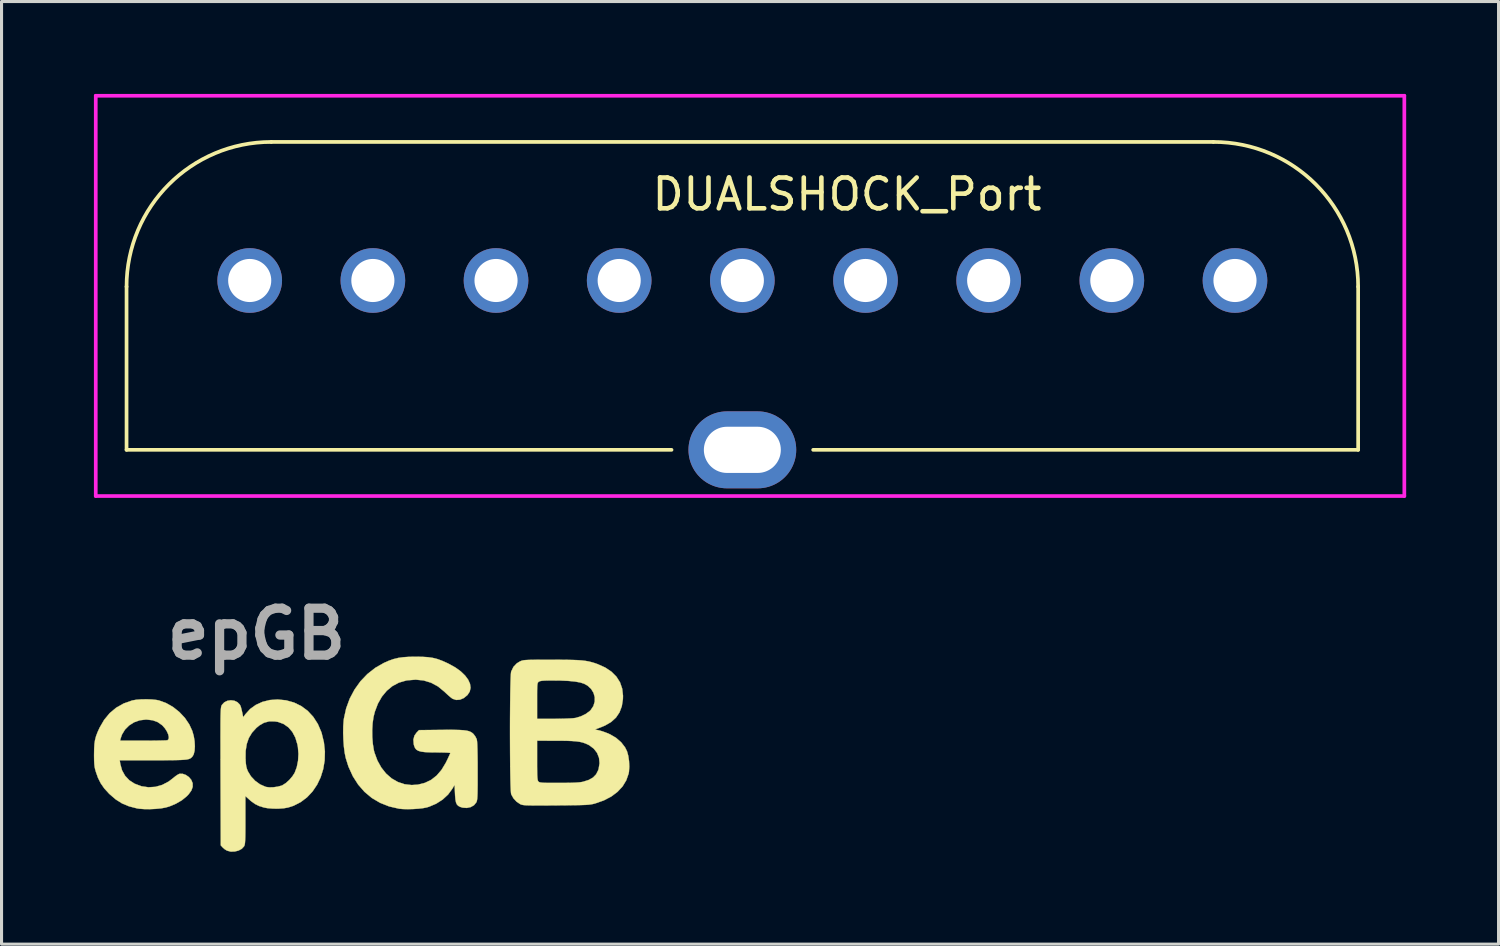
<source format=kicad_pcb>
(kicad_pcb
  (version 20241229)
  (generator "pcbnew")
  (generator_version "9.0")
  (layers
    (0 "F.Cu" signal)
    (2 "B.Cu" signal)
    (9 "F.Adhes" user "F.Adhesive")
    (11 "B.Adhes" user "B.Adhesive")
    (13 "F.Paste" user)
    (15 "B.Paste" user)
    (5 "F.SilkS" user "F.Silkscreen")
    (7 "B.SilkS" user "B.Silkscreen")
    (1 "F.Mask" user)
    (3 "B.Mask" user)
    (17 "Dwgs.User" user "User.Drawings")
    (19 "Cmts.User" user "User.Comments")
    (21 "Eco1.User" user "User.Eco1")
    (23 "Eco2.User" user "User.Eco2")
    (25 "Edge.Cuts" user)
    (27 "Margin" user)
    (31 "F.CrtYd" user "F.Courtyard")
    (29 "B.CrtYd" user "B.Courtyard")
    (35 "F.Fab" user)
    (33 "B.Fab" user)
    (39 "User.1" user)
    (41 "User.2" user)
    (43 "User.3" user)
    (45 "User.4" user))
  (footprint "epGB"
    (layer "F.Cu")
    (at 8.679 21.438)
    (property "Reference" "epGB" (at -3.4 -3.9 0) (layer "F.Fab") (effects (font (size 1.524 1.524) (thickness 0.3))))
    (attr through_hole)
    (fp_poly (pts (xy -6.798 -1.771) (xy -6.647 -1.755) (xy -6.566 -1.739) (xy -6.331 -1.653) (xy -6.107 -1.525) (xy -5.902 -1.361) (xy -5.723 -1.17) (xy -5.58 -0.958) (xy -5.484 -0.749) (xy -5.437 -0.584) (xy -5.409 -0.414) (xy -5.4 -0.252) (xy -5.409 -0.107) (xy -5.438 0.011) (xy -5.48 0.084) (xy -5.507 0.112) (xy -5.535 0.135) (xy -5.57 0.154) (xy -5.617 0.169) (xy -5.68 0.181) (xy -5.764 0.189) (xy -5.873 0.195) (xy -6.013 0.199) (xy -6.188 0.202) (xy -6.402 0.203) (xy -6.661 0.203) (xy -6.764 0.203) (xy -7.841 0.203) (xy -7.821 0.329) (xy -7.765 0.53) (xy -7.667 0.707) (xy -7.53 0.853) (xy -7.359 0.964) (xy -7.135 1.048) (xy -6.908 1.081) (xy -6.681 1.067) (xy -6.461 1.004) (xy -6.251 0.894) (xy -6.109 0.785) (xy -6.03 0.721) (xy -5.956 0.671) (xy -5.904 0.645) (xy -5.902 0.645) (xy -5.799 0.643) (xy -5.692 0.681) (xy -5.594 0.749) (xy -5.517 0.84) (xy -5.474 0.944) (xy -5.472 0.95) (xy -5.471 1.067) (xy -5.513 1.185) (xy -5.601 1.307) (xy -5.663 1.372) (xy -5.822 1.502) (xy -6.015 1.614) (xy -6.223 1.702) (xy -6.35 1.739) (xy -6.498 1.766) (xy -6.675 1.783) (xy -6.863 1.792) (xy -7.046 1.79) (xy -7.205 1.778) (xy -7.277 1.767) (xy -7.537 1.7) (xy -7.764 1.606) (xy -7.969 1.477) (xy -8.166 1.308) (xy -8.192 1.283) (xy -8.343 1.117) (xy -8.457 0.953) (xy -8.547 0.773) (xy -8.614 0.584) (xy -8.639 0.498) (xy -8.656 0.416) (xy -8.666 0.325) (xy -8.672 0.213) (xy -8.674 0.066) (xy -8.674 0.025) (xy -8.671 -0.167) (xy -8.662 -0.323) (xy -8.646 -0.432) (xy -7.829 -0.432) (xy -7.079 -0.432) (xy -6.887 -0.432) (xy -6.711 -0.434) (xy -6.556 -0.436) (xy -6.431 -0.439) (xy -6.341 -0.442) (xy -6.293 -0.446) (xy -6.289 -0.447) (xy -6.253 -0.485) (xy -6.246 -0.552) (xy -6.266 -0.638) (xy -6.309 -0.734) (xy -6.371 -0.832) (xy -6.449 -0.92) (xy -6.468 -0.938) (xy -6.61 -1.037) (xy -6.771 -1.095) (xy -6.96 -1.117) (xy -6.989 -1.118) (xy -7.188 -1.095) (xy -7.373 -1.03) (xy -7.535 -0.927) (xy -7.669 -0.793) (xy -7.767 -0.632) (xy -7.812 -0.502) (xy -7.829 -0.432) (xy -8.646 -0.432) (xy -8.642 -0.455) (xy -8.61 -0.578) (xy -8.562 -0.705) (xy -8.496 -0.85) (xy -8.496 -0.851) (xy -8.347 -1.108) (xy -8.167 -1.326) (xy -7.956 -1.503) (xy -7.714 -1.64) (xy -7.442 -1.736) (xy -7.431 -1.739) (xy -7.303 -1.762) (xy -7.143 -1.774) (xy -6.969 -1.777) (xy -6.798 -1.771)) (stroke (width 0.01) (type solid)) (fill yes) (layer "F.SilkS"))
    (fp_poly (pts (xy -2.447 -1.744) (xy -2.439 -1.743) (xy -2.18 -1.671) (xy -1.944 -1.556) (xy -1.734 -1.4) (xy -1.554 -1.205) (xy -1.406 -0.975) (xy -1.293 -0.712) (xy -1.282 -0.678) (xy -1.209 -0.378) (xy -1.177 -0.08) (xy -1.185 0.21) (xy -1.232 0.49) (xy -1.314 0.754) (xy -1.43 0.997) (xy -1.578 1.216) (xy -1.756 1.406) (xy -1.962 1.562) (xy -2.194 1.681) (xy -2.374 1.739) (xy -2.517 1.764) (xy -2.689 1.776) (xy -2.87 1.774) (xy -3.039 1.76) (xy -3.157 1.738) (xy -3.315 1.689) (xy -3.445 1.625) (xy -3.569 1.536) (xy -3.627 1.486) (xy -3.759 1.367) (xy -3.759 2.146) (xy -3.759 2.369) (xy -3.76 2.547) (xy -3.762 2.686) (xy -3.766 2.791) (xy -3.771 2.868) (xy -3.777 2.923) (xy -3.786 2.962) (xy -3.798 2.99) (xy -3.803 3) (xy -3.877 3.08) (xy -3.984 3.137) (xy -4.109 3.168) (xy -4.239 3.17) (xy -4.356 3.139) (xy -4.428 3.096) (xy -4.495 3.038) (xy -4.496 3.036) (xy -4.559 2.968) (xy -4.566 0.728) (xy -4.567 0.34) (xy -4.567 0.163) (xy -3.754 0.163) (xy -3.754 0.166) (xy -3.745 0.302) (xy -3.731 0.405) (xy -3.707 0.491) (xy -3.677 0.565) (xy -3.577 0.728) (xy -3.442 0.872) (xy -3.282 0.987) (xy -3.11 1.063) (xy -3.086 1.07) (xy -2.979 1.084) (xy -2.847 1.08) (xy -2.711 1.061) (xy -2.593 1.03) (xy -2.558 1.016) (xy -2.448 0.946) (xy -2.335 0.845) (xy -2.233 0.726) (xy -2.159 0.611) (xy -2.091 0.43) (xy -2.049 0.221) (xy -2.036 -0.002) (xy -2.054 -0.226) (xy -2.069 -0.308) (xy -2.136 -0.531) (xy -2.235 -0.718) (xy -2.364 -0.867) (xy -2.52 -0.976) (xy -2.701 -1.042) (xy -2.813 -1.059) (xy -2.994 -1.058) (xy -3.156 -1.014) (xy -3.308 -0.926) (xy -3.402 -0.848) (xy -3.544 -0.692) (xy -3.648 -0.519) (xy -3.716 -0.323) (xy -3.751 -0.098) (xy -3.754 0.163) (xy -4.567 0.163) (xy -4.568 -0.001) (xy -4.568 -0.297) (xy -4.569 -0.553) (xy -4.568 -0.771) (xy -4.568 -0.954) (xy -4.567 -1.105) (xy -4.565 -1.229) (xy -4.562 -1.327) (xy -4.559 -1.405) (xy -4.555 -1.463) (xy -4.55 -1.507) (xy -4.545 -1.538) (xy -4.538 -1.562) (xy -4.53 -1.579) (xy -4.521 -1.595) (xy -4.521 -1.595) (xy -4.444 -1.678) (xy -4.343 -1.728) (xy -4.231 -1.745) (xy -4.119 -1.73) (xy -4.019 -1.683) (xy -3.942 -1.606) (xy -3.916 -1.557) (xy -3.896 -1.492) (xy -3.874 -1.401) (xy -3.86 -1.339) (xy -3.831 -1.192) (xy -3.762 -1.288) (xy -3.607 -1.46) (xy -3.419 -1.595) (xy -3.204 -1.693) (xy -2.967 -1.752) (xy -2.713 -1.77) (xy -2.447 -1.744)) (stroke (width 0.01) (type solid)) (fill yes) (layer "F.SilkS"))
    (fp_poly (pts (xy 1.986 -3.156) (xy 2.17 -3.144) (xy 2.329 -3.121) (xy 2.479 -3.083) (xy 2.631 -3.027) (xy 2.799 -2.952) (xy 2.857 -2.923) (xy 3.065 -2.807) (xy 3.238 -2.681) (xy 3.376 -2.548) (xy 3.476 -2.413) (xy 3.536 -2.279) (xy 3.554 -2.149) (xy 3.527 -2.027) (xy 3.455 -1.916) (xy 3.452 -1.913) (xy 3.335 -1.817) (xy 3.211 -1.764) (xy 3.088 -1.755) (xy 2.973 -1.792) (xy 2.959 -1.801) (xy 2.907 -1.84) (xy 2.832 -1.904) (xy 2.747 -1.982) (xy 2.704 -2.023) (xy 2.497 -2.193) (xy 2.273 -2.314) (xy 2.031 -2.388) (xy 1.773 -2.414) (xy 1.498 -2.392) (xy 1.459 -2.385) (xy 1.228 -2.318) (xy 1.018 -2.207) (xy 0.833 -2.054) (xy 0.674 -1.862) (xy 0.544 -1.634) (xy 0.445 -1.373) (xy 0.402 -1.201) (xy 0.373 -1.003) (xy 0.36 -0.781) (xy 0.362 -0.55) (xy 0.38 -0.327) (xy 0.412 -0.129) (xy 0.431 -0.051) (xy 0.528 0.212) (xy 0.656 0.442) (xy 0.811 0.637) (xy 0.99 0.793) (xy 1.191 0.909) (xy 1.408 0.982) (xy 1.64 1.009) (xy 1.845 0.995) (xy 2.073 0.937) (xy 2.276 0.839) (xy 2.455 0.698) (xy 2.613 0.512) (xy 2.752 0.281) (xy 2.767 0.25) (xy 2.818 0.145) (xy 2.859 0.056) (xy 2.887 -0.006) (xy 2.896 -0.032) (xy 2.872 -0.038) (xy 2.805 -0.043) (xy 2.703 -0.047) (xy 2.575 -0.05) (xy 2.438 -0.051) (xy 2.232 -0.053) (xy 2.071 -0.061) (xy 1.948 -0.077) (xy 1.858 -0.103) (xy 1.794 -0.141) (xy 1.751 -0.194) (xy 1.722 -0.264) (xy 1.708 -0.318) (xy 1.697 -0.466) (xy 1.731 -0.596) (xy 1.8 -0.694) (xy 1.88 -0.775) (xy 2.58 -0.783) (xy 2.827 -0.785) (xy 3.03 -0.784) (xy 3.192 -0.78) (xy 3.321 -0.772) (xy 3.421 -0.759) (xy 3.499 -0.741) (xy 3.559 -0.716) (xy 3.608 -0.685) (xy 3.648 -0.65) (xy 3.706 -0.574) (xy 3.75 -0.488) (xy 3.756 -0.469) (xy 3.765 -0.411) (xy 3.772 -0.306) (xy 3.777 -0.153) (xy 3.781 0.043) (xy 3.784 0.282) (xy 3.784 0.559) (xy 3.784 0.803) (xy 3.784 1.001) (xy 3.782 1.159) (xy 3.78 1.282) (xy 3.776 1.376) (xy 3.771 1.446) (xy 3.764 1.496) (xy 3.756 1.533) (xy 3.745 1.562) (xy 3.738 1.575) (xy 3.664 1.665) (xy 3.558 1.725) (xy 3.432 1.752) (xy 3.299 1.743) (xy 3.214 1.717) (xy 3.154 1.684) (xy 3.111 1.64) (xy 3.082 1.576) (xy 3.063 1.481) (xy 3.051 1.349) (xy 3.048 1.283) (xy 3.035 1.003) (xy 2.961 1.13) (xy 2.824 1.317) (xy 2.647 1.48) (xy 2.438 1.614) (xy 2.206 1.713) (xy 2.121 1.738) (xy 2.006 1.76) (xy 1.857 1.777) (xy 1.689 1.788) (xy 1.52 1.792) (xy 1.364 1.789) (xy 1.238 1.778) (xy 1.232 1.777) (xy 0.91 1.703) (xy 0.615 1.586) (xy 0.347 1.428) (xy 0.11 1.23) (xy -0.097 0.993) (xy -0.271 0.72) (xy -0.412 0.41) (xy -0.5 0.13) (xy -0.534 -0.036) (xy -0.56 -0.236) (xy -0.576 -0.457) (xy -0.584 -0.684) (xy -0.581 -0.9) (xy -0.567 -1.092) (xy -0.56 -1.147) (xy -0.487 -1.48) (xy -0.371 -1.797) (xy -0.215 -2.091) (xy -0.023 -2.36) (xy 0.203 -2.597) (xy 0.459 -2.798) (xy 0.739 -2.958) (xy 0.902 -3.03) (xy 1.053 -3.083) (xy 1.204 -3.12) (xy 1.369 -3.143) (xy 1.56 -3.156) (xy 1.765 -3.159) (xy 1.986 -3.156)) (stroke (width 0.01) (type solid)) (fill yes) (layer "F.SilkS"))
    (fp_poly (pts (xy 6.459 -3.06) (xy 6.688 -3.058) (xy 6.879 -3.054) (xy 7.038 -3.048) (xy 7.172 -3.038) (xy 7.286 -3.024) (xy 7.388 -3.006) (xy 7.482 -2.983) (xy 7.577 -2.955) (xy 7.677 -2.92) (xy 7.68 -2.919) (xy 7.927 -2.808) (xy 8.131 -2.672) (xy 8.291 -2.512) (xy 8.408 -2.327) (xy 8.479 -2.12) (xy 8.505 -1.89) (xy 8.502 -1.781) (xy 8.466 -1.55) (xy 8.391 -1.351) (xy 8.276 -1.181) (xy 8.119 -1.039) (xy 7.919 -0.923) (xy 7.782 -0.866) (xy 7.592 -0.796) (xy 7.739 -0.764) (xy 7.833 -0.737) (xy 7.951 -0.695) (xy 8.068 -0.645) (xy 8.093 -0.634) (xy 8.284 -0.52) (xy 8.446 -0.379) (xy 8.571 -0.217) (xy 8.637 -0.083) (xy 8.676 0.06) (xy 8.701 0.231) (xy 8.709 0.408) (xy 8.699 0.57) (xy 8.687 0.638) (xy 8.611 0.855) (xy 8.49 1.054) (xy 8.326 1.23) (xy 8.123 1.382) (xy 7.882 1.508) (xy 7.608 1.604) (xy 7.606 1.605) (xy 7.554 1.619) (xy 7.503 1.63) (xy 7.448 1.639) (xy 7.383 1.647) (xy 7.302 1.653) (xy 7.201 1.657) (xy 7.074 1.661) (xy 6.915 1.663) (xy 6.719 1.666) (xy 6.48 1.668) (xy 6.337 1.669) (xy 6.075 1.671) (xy 5.859 1.672) (xy 5.683 1.672) (xy 5.543 1.671) (xy 5.434 1.669) (xy 5.351 1.666) (xy 5.29 1.661) (xy 5.244 1.654) (xy 5.209 1.646) (xy 5.18 1.635) (xy 5.169 1.63) (xy 5.05 1.551) (xy 4.947 1.44) (xy 4.877 1.314) (xy 4.873 1.304) (xy 4.866 1.258) (xy 4.86 1.167) (xy 4.854 1.034) (xy 4.849 0.866) (xy 4.845 0.666) (xy 4.841 0.441) (xy 4.839 0.208) (xy 5.715 0.208) (xy 5.715 0.408) (xy 5.717 0.563) (xy 5.719 0.68) (xy 5.724 0.764) (xy 5.73 0.822) (xy 5.739 0.861) (xy 5.75 0.885) (xy 5.757 0.893) (xy 5.774 0.908) (xy 5.798 0.919) (xy 5.837 0.927) (xy 5.896 0.933) (xy 5.982 0.937) (xy 6.101 0.939) (xy 6.259 0.939) (xy 6.424 0.939) (xy 6.65 0.938) (xy 6.832 0.935) (xy 6.976 0.929) (xy 7.087 0.921) (xy 7.172 0.909) (xy 7.209 0.901) (xy 7.39 0.844) (xy 7.529 0.766) (xy 7.63 0.663) (xy 7.698 0.53) (xy 7.713 0.485) (xy 7.743 0.299) (xy 7.726 0.124) (xy 7.663 -0.035) (xy 7.557 -0.172) (xy 7.41 -0.283) (xy 7.373 -0.302) (xy 7.289 -0.34) (xy 7.201 -0.371) (xy 7.103 -0.394) (xy 6.988 -0.41) (xy 6.847 -0.421) (xy 6.675 -0.428) (xy 6.462 -0.431) (xy 6.331 -0.431) (xy 5.715 -0.432) (xy 5.715 0.208) (xy 4.839 0.208) (xy 4.839 0.195) (xy 4.837 -0.068) (xy 4.836 -0.341) (xy 4.835 -0.621) (xy 4.835 -0.902) (xy 4.836 -1.179) (xy 4.838 -1.447) (xy 4.84 -1.702) (xy 4.841 -1.726) (xy 5.715 -1.726) (xy 5.715 -1.143) (xy 6.273 -1.143) (xy 6.451 -1.144) (xy 6.618 -1.148) (xy 6.764 -1.154) (xy 6.879 -1.161) (xy 6.955 -1.17) (xy 6.965 -1.171) (xy 7.132 -1.221) (xy 7.286 -1.295) (xy 7.413 -1.385) (xy 7.455 -1.425) (xy 7.543 -1.557) (xy 7.586 -1.7) (xy 7.587 -1.846) (xy 7.547 -1.987) (xy 7.468 -2.115) (xy 7.352 -2.221) (xy 7.242 -2.282) (xy 7.117 -2.322) (xy 6.949 -2.352) (xy 6.737 -2.373) (xy 6.478 -2.385) (xy 6.248 -2.387) (xy 6.084 -2.387) (xy 5.963 -2.384) (xy 5.878 -2.378) (xy 5.82 -2.368) (xy 5.783 -2.355) (xy 5.771 -2.348) (xy 5.753 -2.334) (xy 5.74 -2.316) (xy 5.73 -2.287) (xy 5.723 -2.242) (xy 5.719 -2.173) (xy 5.716 -2.073) (xy 5.715 -1.938) (xy 5.715 -1.758) (xy 5.715 -1.726) (xy 4.841 -1.726) (xy 4.843 -1.938) (xy 4.847 -2.15) (xy 4.852 -2.334) (xy 4.857 -2.484) (xy 4.863 -2.596) (xy 4.87 -2.664) (xy 4.874 -2.68) (xy 4.947 -2.83) (xy 5.055 -2.943) (xy 5.149 -3.001) (xy 5.182 -3.017) (xy 5.214 -3.029) (xy 5.25 -3.039) (xy 5.297 -3.047) (xy 5.36 -3.052) (xy 5.443 -3.056) (xy 5.554 -3.059) (xy 5.697 -3.06) (xy 5.878 -3.061) (xy 6.102 -3.061) (xy 6.185 -3.061) (xy 6.459 -3.06)) (stroke (width 0.01) (type solid)) (fill yes) (layer "F.SilkS")))
  (footprint "DUALSHOCK_Port"
    (layer "F.Cu")
    (at 5.06 6.06)
    (property "Reference" "DUALSHOCK_Port" (at 19.4 -2.8 0) (layer "F.SilkS") (effects (font (size 1 1) (thickness 0.15))))
    (attr through_hole)
    (fp_line (start -4 0.2) (end -4 5.5) (stroke (width 0.12) (type solid)) (layer "F.SilkS"))
    (fp_line (start -4 5.5) (end 13.7 5.5) (stroke (width 0.12) (type solid)) (layer "F.SilkS"))
    (fp_line (start 18.3 5.5) (end 36 5.5) (stroke (width 0.12) (type solid)) (layer "F.SilkS"))
    (fp_line (start 31.3 -4.5) (end 0.7 -4.5) (stroke (width 0.12) (type solid)) (layer "F.SilkS"))
    (fp_line (start 36 5.5) (end 36 0.2) (stroke (width 0.12) (type solid)) (layer "F.SilkS"))
    (fp_arc (start -4 0.2) (mid -2.623402 -3.123402) (end 0.7 -4.5) (stroke (width 0.12) (type solid)) (layer "F.SilkS"))
    (fp_arc (start 31.3 -4.5) (mid 34.623402 -3.123402) (end 36 0.2) (stroke (width 0.12) (type solid)) (layer "F.SilkS"))
    (fp_line (start -5 -6) (end 37.5 -6) (stroke (width 0.12) (type solid)) (layer "F.CrtYd"))
    (fp_line (start -5 7) (end -5 -6) (stroke (width 0.12) (type solid)) (layer "F.CrtYd"))
    (fp_line (start 37.5 -6) (end 37.5 7) (stroke (width 0.12) (type solid)) (layer "F.CrtYd"))
    (fp_line (start 37.5 7) (end -5 7) (stroke (width 0.12) (type solid)) (layer "F.CrtYd"))
    (pad "" np_thru_hole oval (at 16 5.5) (size 3.5 2.5) (drill oval 2.5 1.5) (layers "*.Cu" "*.Mask"))
    (pad "1" thru_hole circle (at 0 0) (size 2.1 2.1) (drill 1.4) (layers "*.Cu" "*.Mask"))
    (pad "2" thru_hole circle (at 4 0) (size 2.1 2.1) (drill 1.4) (layers "*.Cu" "*.Mask"))
    (pad "3" thru_hole circle (at 8 0) (size 2.1 2.1) (drill 1.4) (layers "*.Cu" "*.Mask"))
    (pad "4" thru_hole circle (at 12 0) (size 2.1 2.1) (drill 1.4) (layers "*.Cu" "*.Mask"))
    (pad "5" thru_hole circle (at 16 0) (size 2.1 2.1) (drill 1.4) (layers "*.Cu" "*.Mask"))
    (pad "6" thru_hole circle (at 20 0) (size 2.1 2.1) (drill 1.4) (layers "*.Cu" "*.Mask"))
    (pad "7" thru_hole circle (at 24 0) (size 2.1 2.1) (drill 1.4) (layers "*.Cu" "*.Mask"))
    (pad "8" thru_hole circle (at 28 0) (size 2.1 2.1) (drill 1.4) (layers "*.Cu" "*.Mask"))
    (pad "9" thru_hole circle (at 32 0) (size 2.1 2.1) (drill 1.4) (layers "*.Cu" "*.Mask")))
  (gr_rect
    (start -3 -3)
    (end 45.62 27.613)
    (stroke (width 0.1) (type default))
    (fill no)
    (layer "Edge.Cuts")))
</source>
